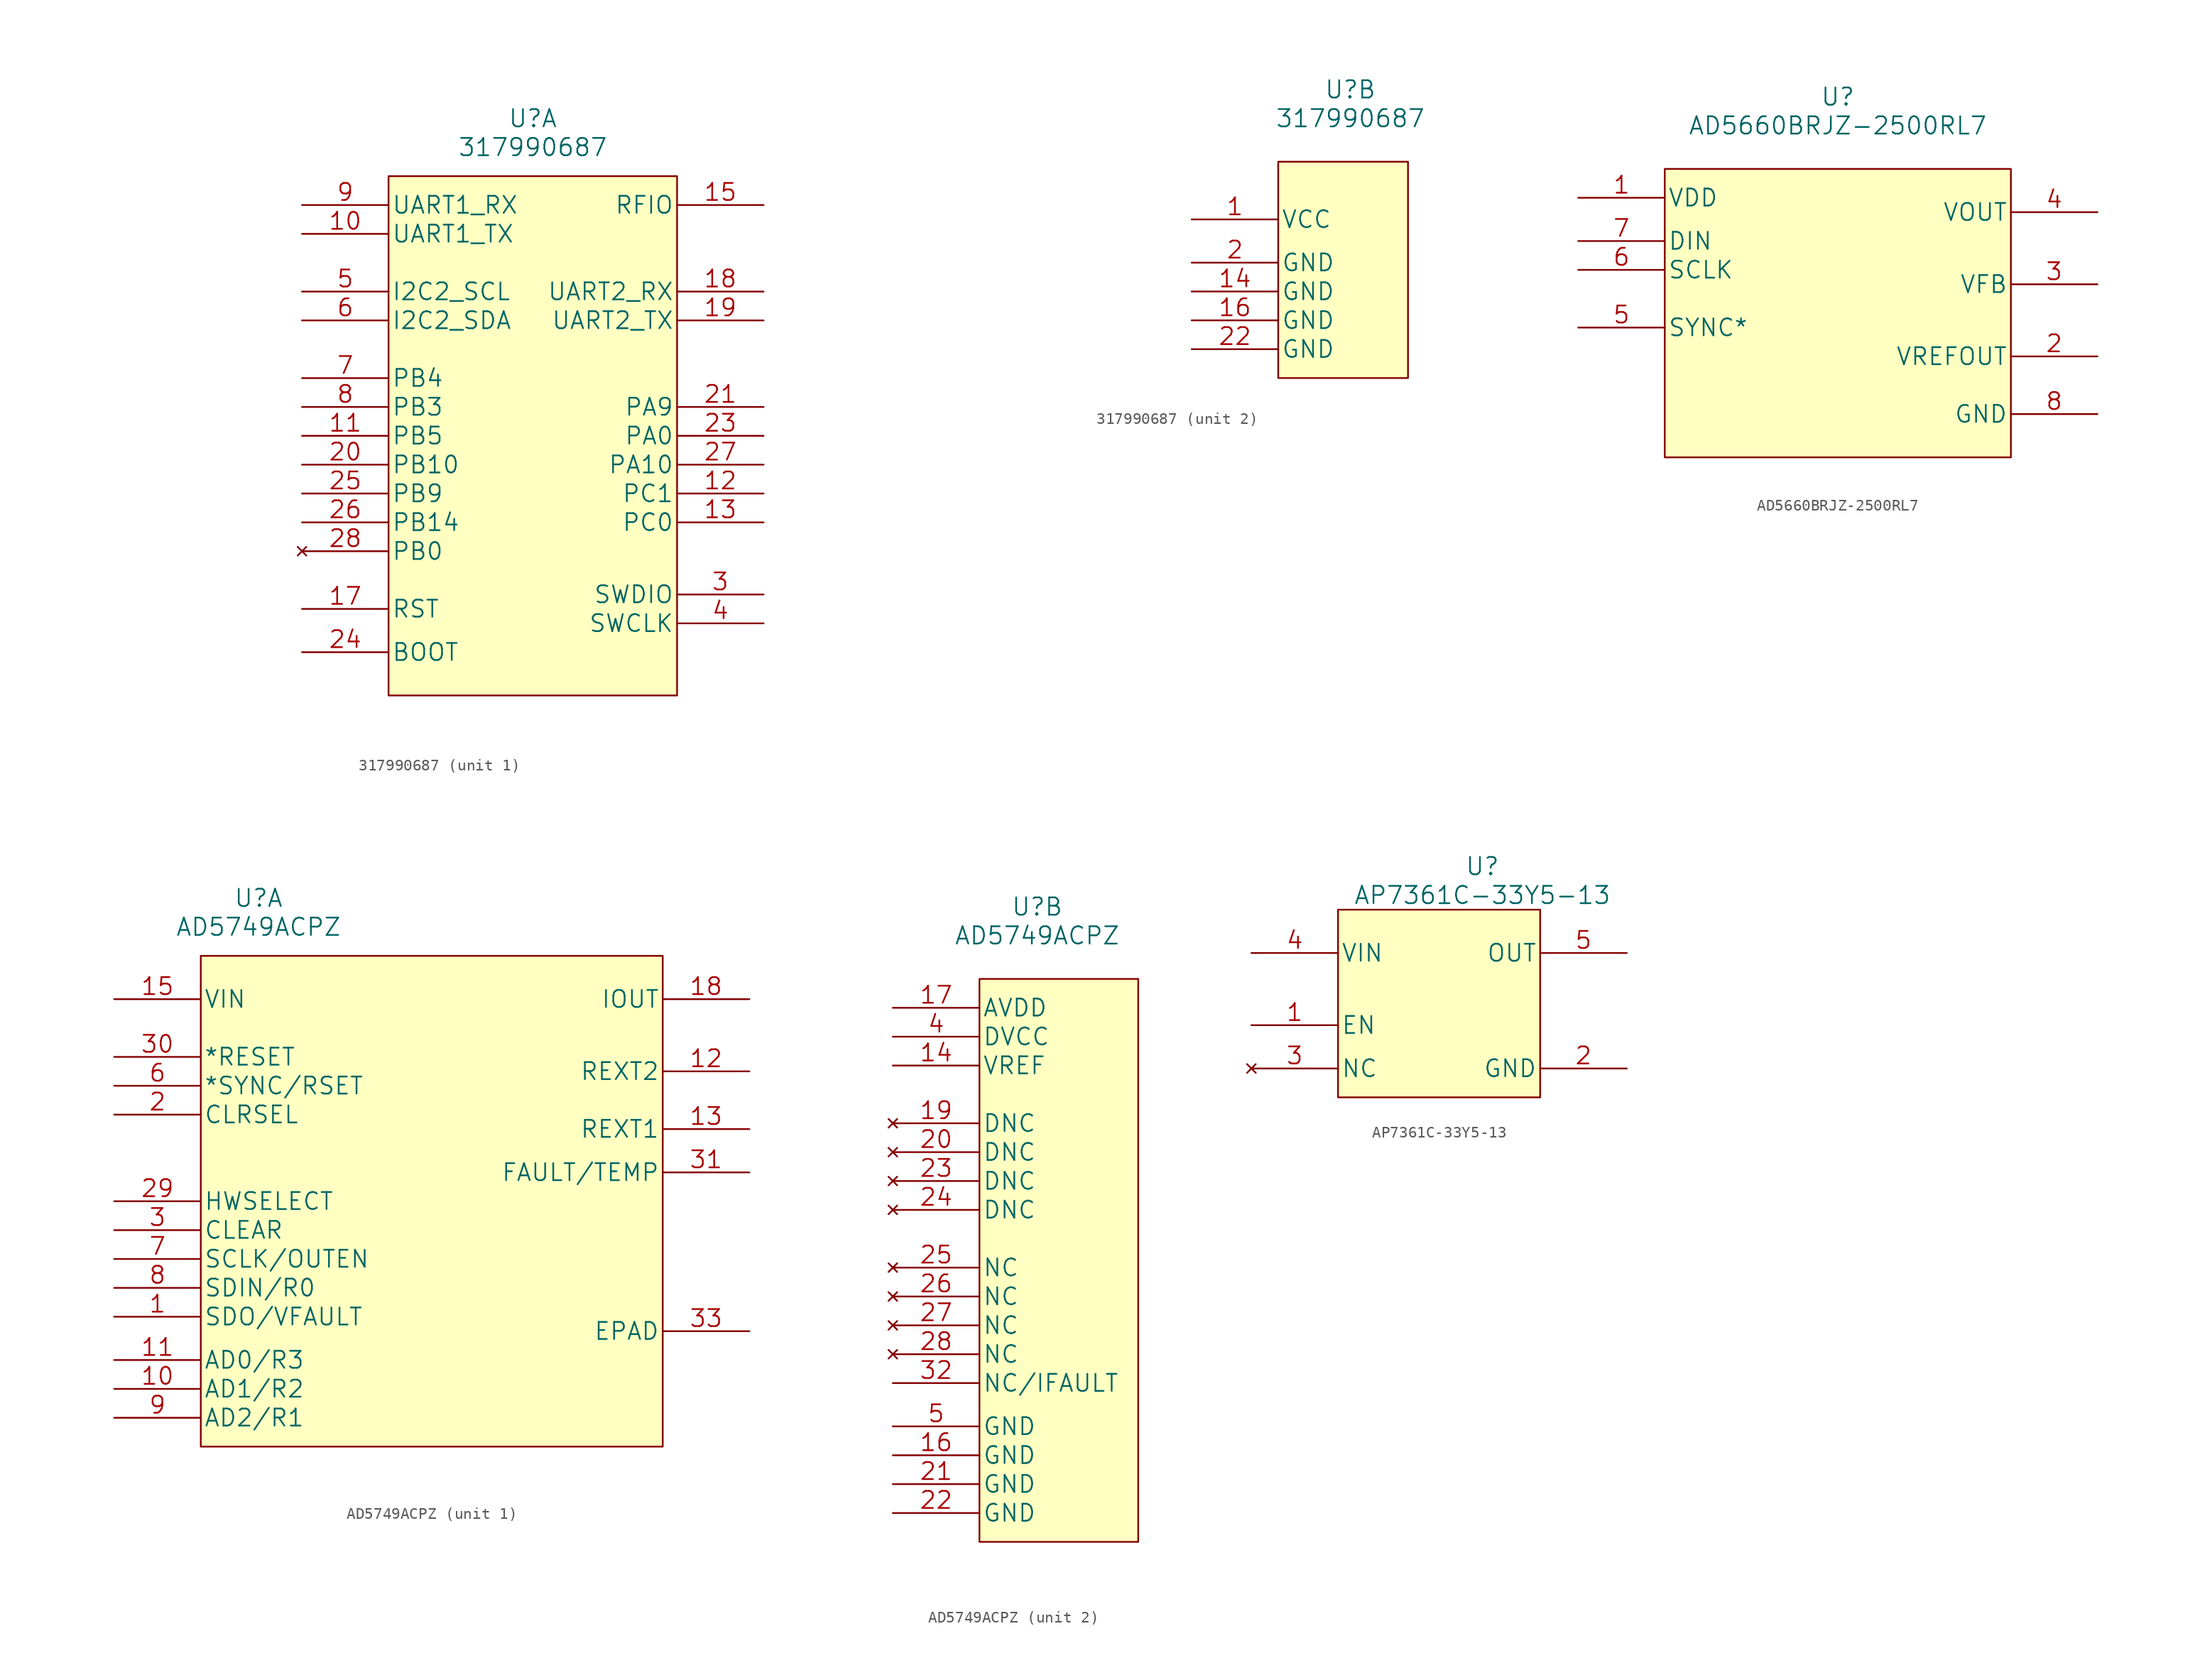
<source format=kicad_sym>
(kicad_symbol_lib
  (version 20211014)
  (generator kicad_symbol_editor)
  (symbol "317990687"
    (pin_names
      (offset 0.254))
    (property "Reference" "U"
      (at 20.32 12.7 0)
      (effects (font (size 1.524 1.524))))
    (property "Value" "317990687"
      (at 20.32 10.16 0)
      (effects (font (size 1.524 1.524))))
    (property "Datasheet" ""
      (at -16.51 -1.27 0)
      (effects (font (size 1.524 1.524))))
    (property "ki_locked" ""
      (at 0 0 0)
      (effects (font (size 1.27 1.27))))
    (symbol "317990687_1_1"
      (rectangle (start 7.62 7.62) (end 33.02 -38.1) (stroke (width 0) (type default) (color 0 0 0 0)) (fill (type background)))
      (pin bidirectional line (at 0 2.54 0) (length 7.62) (name "UART1_TX" (effects (font (size 1.499 1.499)))) (number "10" (effects (font (size 1.499 1.499)))))
      (pin bidirectional line (at 0 -15.24 0) (length 7.62) (name "PB5" (effects (font (size 1.499 1.499)))) (number "11" (effects (font (size 1.499 1.499)))))
      (pin bidirectional line (at 40.64 -20.32 180) (length 7.62) (name "PC1" (effects (font (size 1.499 1.499)))) (number "12" (effects (font (size 1.499 1.499)))))
      (pin bidirectional line (at 40.64 -22.86 180) (length 7.62) (name "PC0" (effects (font (size 1.499 1.499)))) (number "13" (effects (font (size 1.499 1.499)))))
      (pin output line (at 40.64 5.08 180) (length 7.62) (name "RFIO" (effects (font (size 1.499 1.499)))) (number "15" (effects (font (size 1.499 1.499)))))
      (pin input line (at 0 -30.48 0) (length 7.62) (name "RST" (effects (font (size 1.499 1.499)))) (number "17" (effects (font (size 1.499 1.499)))))
      (pin bidirectional line (at 40.64 -2.54 180) (length 7.62) (name "UART2_RX" (effects (font (size 1.499 1.499)))) (number "18" (effects (font (size 1.499 1.499)))))
      (pin bidirectional line (at 40.64 -5.08 180) (length 7.62) (name "UART2_TX" (effects (font (size 1.499 1.499)))) (number "19" (effects (font (size 1.499 1.499)))))
      (pin bidirectional line (at 0 -17.78 0) (length 7.62) (name "PB10" (effects (font (size 1.499 1.499)))) (number "20" (effects (font (size 1.499 1.499)))))
      (pin bidirectional line (at 40.64 -12.7 180) (length 7.62) (name "PA9" (effects (font (size 1.499 1.499)))) (number "21" (effects (font (size 1.499 1.499)))))
      (pin bidirectional line (at 40.64 -15.24 180) (length 7.62) (name "PA0" (effects (font (size 1.499 1.499)))) (number "23" (effects (font (size 1.499 1.499)))))
      (pin input line (at 0 -34.29 0) (length 7.62) (name "BOOT" (effects (font (size 1.499 1.499)))) (number "24" (effects (font (size 1.499 1.499)))))
      (pin bidirectional line (at 0 -20.32 0) (length 7.62) (name "PB9" (effects (font (size 1.499 1.499)))) (number "25" (effects (font (size 1.499 1.499)))))
      (pin bidirectional line (at 0 -22.86 0) (length 7.62) (name "PB14" (effects (font (size 1.499 1.499)))) (number "26" (effects (font (size 1.499 1.499)))))
      (pin bidirectional line (at 40.64 -17.78 180) (length 7.62) (name "PA10" (effects (font (size 1.499 1.499)))) (number "27" (effects (font (size 1.499 1.499)))))
      (pin no_connect line (at 0 -25.4 0) (length 7.62) (name "PB0" (effects (font (size 1.499 1.499)))) (number "28" (effects (font (size 1.499 1.499)))))
      (pin bidirectional line (at 40.64 -29.21 180) (length 7.62) (name "SWDIO" (effects (font (size 1.499 1.499)))) (number "3" (effects (font (size 1.499 1.499)))))
      (pin bidirectional line (at 40.64 -31.75 180) (length 7.62) (name "SWCLK" (effects (font (size 1.499 1.499)))) (number "4" (effects (font (size 1.499 1.499)))))
      (pin bidirectional line (at 0 -2.54 0) (length 7.62) (name "I2C2_SCL" (effects (font (size 1.499 1.499)))) (number "5" (effects (font (size 1.499 1.499)))))
      (pin bidirectional line (at 0 -5.08 0) (length 7.62) (name "I2C2_SDA" (effects (font (size 1.499 1.499)))) (number "6" (effects (font (size 1.499 1.499)))))
      (pin bidirectional line (at 0 -10.16 0) (length 7.62) (name "PB4" (effects (font (size 1.499 1.499)))) (number "7" (effects (font (size 1.499 1.499)))))
      (pin bidirectional line (at 0 -12.7 0) (length 7.62) (name "PB3" (effects (font (size 1.499 1.499)))) (number "8" (effects (font (size 1.499 1.499)))))
      (pin bidirectional line (at 0 5.08 0) (length 7.62) (name "UART1_RX" (effects (font (size 1.499 1.499)))) (number "9" (effects (font (size 1.499 1.499))))))
    (symbol "317990687_2_1"
      (rectangle (start 13.97 6.35) (end 25.4 -12.7) (stroke (width 0) (type default) (color 0 0 0 0)) (fill (type background)))
      (pin power_in line (at 6.35 1.27 0) (length 7.62) (name "VCC" (effects (font (size 1.499 1.499)))) (number "1" (effects (font (size 1.499 1.499)))))
      (pin power_in line (at 6.35 -5.08 0) (length 7.62) (name "GND" (effects (font (size 1.499 1.499)))) (number "14" (effects (font (size 1.499 1.499)))))
      (pin power_in line (at 6.35 -7.62 0) (length 7.62) (name "GND" (effects (font (size 1.499 1.499)))) (number "16" (effects (font (size 1.499 1.499)))))
      (pin power_in line (at 6.35 -2.54 0) (length 7.62) (name "GND" (effects (font (size 1.499 1.499)))) (number "2" (effects (font (size 1.499 1.499)))))
      (pin power_in line (at 6.35 -10.16 0) (length 7.62) (name "GND" (effects (font (size 1.499 1.499)))) (number "22" (effects (font (size 1.499 1.499)))))))
  (symbol "AD5660BRJZ-2500RL7"
    (pin_names
      (offset 0.254))
    (property "Reference" "U"
      (at 22.86 12.7 0)
      (effects (font (size 1.524 1.524))))
    (property "Value" "AD5660BRJZ-2500RL7"
      (at 22.86 10.16 0)
      (effects (font (size 1.524 1.524))))
    (property "Datasheet" ""
      (at 0 0 0)
      (effects (font (size 1.524 1.524))))
    (symbol "AD5660BRJZ-2500RL7_1_1"
      (rectangle (start 7.62 6.35) (end 38.1 -19.05) (stroke (width 0) (type default) (color 0 0 0 0)) (fill (type background)))
      (pin power_in line (at 0 3.81 0) (length 7.62) (name "VDD" (effects (font (size 1.499 1.499)))) (number "1" (effects (font (size 1.499 1.499)))))
      (pin output line (at 45.72 -10.16 180) (length 7.62) (name "VREFOUT" (effects (font (size 1.499 1.499)))) (number "2" (effects (font (size 1.499 1.499)))))
      (pin input line (at 45.72 -3.81 180) (length 7.62) (name "VFB" (effects (font (size 1.499 1.499)))) (number "3" (effects (font (size 1.499 1.499)))))
      (pin output line (at 45.72 2.54 180) (length 7.62) (name "VOUT" (effects (font (size 1.499 1.499)))) (number "4" (effects (font (size 1.499 1.499)))))
      (pin input line (at 0 -7.62 0) (length 7.62) (name "SYNC*" (effects (font (size 1.499 1.499)))) (number "5" (effects (font (size 1.499 1.499)))))
      (pin input line (at 0 -2.54 0) (length 7.62) (name "SCLK" (effects (font (size 1.499 1.499)))) (number "6" (effects (font (size 1.499 1.499)))))
      (pin input line (at 0 0 0) (length 7.62) (name "DIN" (effects (font (size 1.499 1.499)))) (number "7" (effects (font (size 1.499 1.499)))))
      (pin power_in line (at 45.72 -15.24 180) (length 7.62) (name "GND" (effects (font (size 1.499 1.499)))) (number "8" (effects (font (size 1.499 1.499)))))))
  (symbol "AD5749ACPZ"
    (pin_names
      (offset 0.254))
    (property "Reference" "U"
      (at 12.7 10.16 0)
      (effects (font (size 1.524 1.524))))
    (property "Value" "AD5749ACPZ"
      (at 12.7 7.62 0)
      (effects (font (size 1.524 1.524))))
    (property "Datasheet" ""
      (at 0 0 0)
      (effects (font (size 1.524 1.524))))
    (symbol "AD5749ACPZ_1_1"
      (rectangle (start 7.62 5.08) (end 48.26 -38.1) (stroke (width 0) (type default) (color 0 0 0 0)) (fill (type background)))
      (pin bidirectional line (at 0 -26.67 0) (length 7.62) (name "SDO/VFAULT" (effects (font (size 1.499 1.499)))) (number "1" (effects (font (size 1.499 1.499)))))
      (pin bidirectional line (at 0 -33.02 0) (length 7.62) (name "AD1/R2" (effects (font (size 1.499 1.499)))) (number "10" (effects (font (size 1.499 1.499)))))
      (pin bidirectional line (at 0 -30.48 0) (length 7.62) (name "AD0/R3" (effects (font (size 1.499 1.499)))) (number "11" (effects (font (size 1.499 1.499)))))
      (pin unspecified line (at 55.88 -5.08 180) (length 7.62) (name "REXT2" (effects (font (size 1.499 1.499)))) (number "12" (effects (font (size 1.499 1.499)))))
      (pin unspecified line (at 55.88 -10.16 180) (length 7.62) (name "REXT1" (effects (font (size 1.499 1.499)))) (number "13" (effects (font (size 1.499 1.499)))))
      (pin input line (at 0 1.27 0) (length 7.62) (name "VIN" (effects (font (size 1.499 1.499)))) (number "15" (effects (font (size 1.499 1.499)))))
      (pin output line (at 55.88 1.27 180) (length 7.62) (name "IOUT" (effects (font (size 1.499 1.499)))) (number "18" (effects (font (size 1.499 1.499)))))
      (pin input line (at 0 -8.89 0) (length 7.62) (name "CLRSEL" (effects (font (size 1.499 1.499)))) (number "2" (effects (font (size 1.499 1.499)))))
      (pin input line (at 0 -16.51 0) (length 7.62) (name "HWSELECT" (effects (font (size 1.499 1.499)))) (number "29" (effects (font (size 1.499 1.499)))))
      (pin input line (at 0 -19.05 0) (length 7.62) (name "CLEAR" (effects (font (size 1.499 1.499)))) (number "3" (effects (font (size 1.499 1.499)))))
      (pin input line (at 0 -3.81 0) (length 7.62) (name "*RESET" (effects (font (size 1.499 1.499)))) (number "30" (effects (font (size 1.499 1.499)))))
      (pin output line (at 55.88 -13.97 180) (length 7.62) (name "FAULT/TEMP" (effects (font (size 1.499 1.499)))) (number "31" (effects (font (size 1.499 1.499)))))
      (pin power_in line (at 55.88 -27.94 180) (length 7.62) (name "EPAD" (effects (font (size 1.499 1.499)))) (number "33" (effects (font (size 1.499 1.499)))))
      (pin bidirectional line (at 0 -6.35 0) (length 7.62) (name "*SYNC/RSET" (effects (font (size 1.499 1.499)))) (number "6" (effects (font (size 1.499 1.499)))))
      (pin bidirectional line (at 0 -21.59 0) (length 7.62) (name "SCLK/OUTEN" (effects (font (size 1.499 1.499)))) (number "7" (effects (font (size 1.499 1.499)))))
      (pin bidirectional line (at 0 -24.13 0) (length 7.62) (name "SDIN/R0" (effects (font (size 1.499 1.499)))) (number "8" (effects (font (size 1.499 1.499)))))
      (pin bidirectional line (at 0 -35.56 0) (length 7.62) (name "AD2/R1" (effects (font (size 1.499 1.499)))) (number "9" (effects (font (size 1.499 1.499))))))
    (symbol "AD5749ACPZ_2_1"
      (rectangle (start 7.62 3.81) (end 21.59 -45.72) (stroke (width 0) (type default) (color 0 0 0 0)) (fill (type background)))
      (pin input line (at 0 -3.81 0) (length 7.62) (name "VREF" (effects (font (size 1.499 1.499)))) (number "14" (effects (font (size 1.499 1.499)))))
      (pin power_in line (at 0 -38.1 0) (length 7.62) (name "GND" (effects (font (size 1.499 1.499)))) (number "16" (effects (font (size 1.499 1.499)))))
      (pin power_in line (at 0 1.27 0) (length 7.62) (name "AVDD" (effects (font (size 1.499 1.499)))) (number "17" (effects (font (size 1.499 1.499)))))
      (pin no_connect line (at 0 -8.89 0) (length 7.62) (name "DNC" (effects (font (size 1.499 1.499)))) (number "19" (effects (font (size 1.499 1.499)))))
      (pin no_connect line (at 0 -11.43 0) (length 7.62) (name "DNC" (effects (font (size 1.499 1.499)))) (number "20" (effects (font (size 1.499 1.499)))))
      (pin power_in line (at 0 -40.64 0) (length 7.62) (name "GND" (effects (font (size 1.499 1.499)))) (number "21" (effects (font (size 1.499 1.499)))))
      (pin power_in line (at 0 -43.18 0) (length 7.62) (name "GND" (effects (font (size 1.499 1.499)))) (number "22" (effects (font (size 1.499 1.499)))))
      (pin no_connect line (at 0 -13.97 0) (length 7.62) (name "DNC" (effects (font (size 1.499 1.499)))) (number "23" (effects (font (size 1.499 1.499)))))
      (pin no_connect line (at 0 -16.51 0) (length 7.62) (name "DNC" (effects (font (size 1.499 1.499)))) (number "24" (effects (font (size 1.499 1.499)))))
      (pin no_connect line (at 0 -21.59 0) (length 7.62) (name "NC" (effects (font (size 1.499 1.499)))) (number "25" (effects (font (size 1.499 1.499)))))
      (pin no_connect line (at 0 -24.13 0) (length 7.62) (name "NC" (effects (font (size 1.499 1.499)))) (number "26" (effects (font (size 1.499 1.499)))))
      (pin no_connect line (at 0 -26.67 0) (length 7.62) (name "NC" (effects (font (size 1.499 1.499)))) (number "27" (effects (font (size 1.499 1.499)))))
      (pin no_connect line (at 0 -29.21 0) (length 7.62) (name "NC" (effects (font (size 1.499 1.499)))) (number "28" (effects (font (size 1.499 1.499)))))
      (pin output line (at 0 -31.75 0) (length 7.62) (name "NC/IFAULT" (effects (font (size 1.499 1.499)))) (number "32" (effects (font (size 1.499 1.499)))))
      (pin power_in line (at 0 -1.27 0) (length 7.62) (name "DVCC" (effects (font (size 1.499 1.499)))) (number "4" (effects (font (size 1.499 1.499)))))
      (pin power_in line (at 0 -35.56 0) (length 7.62) (name "GND" (effects (font (size 1.499 1.499)))) (number "5" (effects (font (size 1.499 1.499)))))))
  (symbol "AP7361C-33Y5-13"
    (pin_names
      (offset 0.254))
    (property "Reference" "U"
      (at 20.32 10.16 0)
      (effects (font (size 1.524 1.524))))
    (property "Value" "AP7361C-33Y5-13"
      (at 20.32 7.62 0)
      (effects (font (size 1.524 1.524))))
    (property "Datasheet" ""
      (at 0 0 0)
      (effects (font (size 1.524 1.524))))
    (symbol "AP7361C-33Y5-13_1_1"
      (rectangle (start 7.62 6.35) (end 25.4 -10.16) (stroke (width 0) (type default) (color 0 0 0 0)) (fill (type background)))
      (pin input line (at 0 -3.81 0) (length 7.62) (name "EN" (effects (font (size 1.499 1.499)))) (number "1" (effects (font (size 1.499 1.499)))))
      (pin power_in line (at 33.02 -7.62 180) (length 7.62) (name "GND" (effects (font (size 1.499 1.499)))) (number "2" (effects (font (size 1.499 1.499)))))
      (pin no_connect line (at 0 -7.62 0) (length 7.62) (name "NC" (effects (font (size 1.499 1.499)))) (number "3" (effects (font (size 1.499 1.499)))))
      (pin power_in line (at 0 2.54 0) (length 7.62) (name "VIN" (effects (font (size 1.499 1.499)))) (number "4" (effects (font (size 1.499 1.499)))))
      (pin output line (at 33.02 2.54 180) (length 7.62) (name "OUT" (effects (font (size 1.499 1.499)))) (number "5" (effects (font (size 1.499 1.499))))))))
</source>
